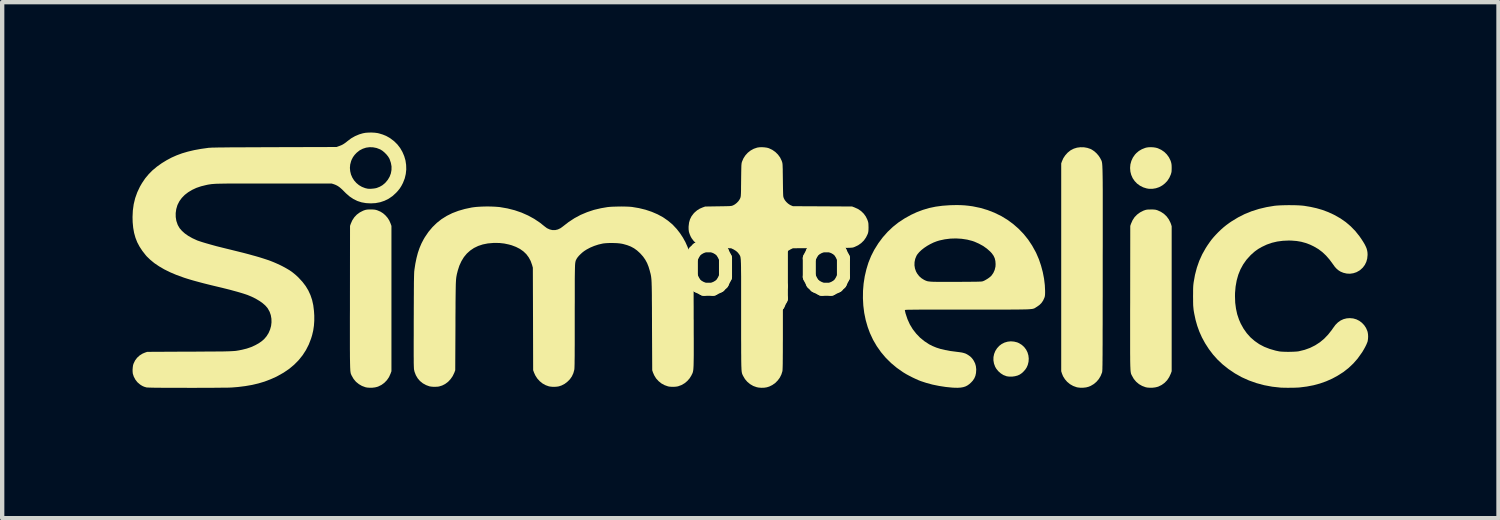
<source format=kicad_pcb>
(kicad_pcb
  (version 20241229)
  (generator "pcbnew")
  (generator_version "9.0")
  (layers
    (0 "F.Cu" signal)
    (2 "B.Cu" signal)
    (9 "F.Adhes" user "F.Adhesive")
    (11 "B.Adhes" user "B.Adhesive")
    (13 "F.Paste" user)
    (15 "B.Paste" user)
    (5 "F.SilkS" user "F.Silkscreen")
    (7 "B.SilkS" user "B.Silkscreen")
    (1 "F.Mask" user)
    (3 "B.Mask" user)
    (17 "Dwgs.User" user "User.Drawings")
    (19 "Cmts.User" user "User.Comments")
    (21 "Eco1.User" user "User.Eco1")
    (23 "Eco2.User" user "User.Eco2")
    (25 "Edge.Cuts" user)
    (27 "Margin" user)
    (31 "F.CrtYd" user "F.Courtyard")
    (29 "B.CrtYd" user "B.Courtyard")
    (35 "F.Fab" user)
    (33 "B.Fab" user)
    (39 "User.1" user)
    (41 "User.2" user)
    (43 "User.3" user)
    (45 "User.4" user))
  (footprint "logo"
    (layer "F.Cu")
    (at 14.217 2.928)
    (property "Reference" "logo" (at 0 0 0) (layer "F.SilkS") (effects (font (size 1.5 1.5) (thickness 0.3))))
    (attr board_only exclude_from_pos_files exclude_from_bom)
    (fp_poly (pts (xy 6.069 1.883) (xy 6.142 1.901) (xy 6.185 1.92) (xy 6.249 1.96) (xy 6.303 2.01) (xy 6.347 2.068) (xy 6.379 2.133) (xy 6.399 2.202) (xy 6.407 2.275) (xy 6.402 2.348) (xy 6.384 2.421) (xy 6.359 2.478) (xy 6.33 2.523) (xy 6.291 2.568) (xy 6.247 2.609) (xy 6.202 2.64) (xy 6.201 2.641) (xy 6.15 2.664) (xy 6.089 2.68) (xy 6.024 2.689) (xy 5.959 2.689) (xy 5.9 2.681) (xy 5.892 2.678) (xy 5.825 2.653) (xy 5.763 2.614) (xy 5.707 2.565) (xy 5.661 2.508) (xy 5.634 2.462) (xy 5.607 2.389) (xy 5.594 2.314) (xy 5.595 2.24) (xy 5.61 2.168) (xy 5.637 2.1) (xy 5.677 2.037) (xy 5.728 1.981) (xy 5.782 1.94) (xy 5.848 1.906) (xy 5.92 1.885) (xy 5.994 1.877)) (stroke (width 0) (type solid)) (fill yes) (layer "F.SilkS"))
    (fp_poly (pts (xy 9.277 -2.588) (xy 9.333 -2.579) (xy 9.376 -2.567) (xy 9.456 -2.53) (xy 9.526 -2.482) (xy 9.585 -2.424) (xy 9.634 -2.356) (xy 9.671 -2.28) (xy 9.679 -2.255) (xy 9.687 -2.226) (xy 9.692 -2.198) (xy 9.695 -2.165) (xy 9.696 -2.123) (xy 9.696 -2.111) (xy 9.695 -2.069) (xy 9.694 -2.038) (xy 9.69 -2.011) (xy 9.683 -1.986) (xy 9.675 -1.96) (xy 9.641 -1.884) (xy 9.596 -1.816) (xy 9.541 -1.758) (xy 9.478 -1.709) (xy 9.408 -1.671) (xy 9.334 -1.646) (xy 9.255 -1.633) (xy 9.175 -1.633) (xy 9.121 -1.642) (xy 9.04 -1.667) (xy 8.966 -1.705) (xy 8.9 -1.753) (xy 8.844 -1.812) (xy 8.798 -1.879) (xy 8.765 -1.954) (xy 8.746 -2.028) (xy 8.739 -2.112) (xy 8.746 -2.195) (xy 8.768 -2.275) (xy 8.803 -2.351) (xy 8.851 -2.42) (xy 8.885 -2.457) (xy 8.942 -2.504) (xy 9.01 -2.544) (xy 9.083 -2.573) (xy 9.11 -2.581) (xy 9.159 -2.589) (xy 9.217 -2.591)) (stroke (width 0) (type solid)) (fill yes) (layer "F.SilkS"))
    (fp_poly (pts (xy 9.264 -1.157) (xy 9.297 -1.155) (xy 9.323 -1.152) (xy 9.347 -1.146) (xy 9.367 -1.14) (xy 9.447 -1.104) (xy 9.518 -1.057) (xy 9.579 -0.999) (xy 9.629 -0.931) (xy 9.668 -0.854) (xy 9.679 -0.825) (xy 9.696 -0.772) (xy 9.696 0.897) (xy 9.696 2.565) (xy 9.676 2.62) (xy 9.639 2.7) (xy 9.592 2.771) (xy 9.534 2.831) (xy 9.467 2.88) (xy 9.392 2.917) (xy 9.367 2.925) (xy 9.317 2.937) (xy 9.258 2.944) (xy 9.197 2.945) (xy 9.139 2.941) (xy 9.097 2.933) (xy 9.016 2.903) (xy 8.943 2.861) (xy 8.879 2.807) (xy 8.825 2.743) (xy 8.784 2.671) (xy 8.779 2.661) (xy 8.774 2.652) (xy 8.77 2.643) (xy 8.766 2.635) (xy 8.762 2.625) (xy 8.759 2.614) (xy 8.756 2.601) (xy 8.754 2.586) (xy 8.751 2.567) (xy 8.749 2.544) (xy 8.747 2.517) (xy 8.746 2.485) (xy 8.744 2.448) (xy 8.743 2.404) (xy 8.742 2.353) (xy 8.741 2.295) (xy 8.741 2.229) (xy 8.74 2.154) (xy 8.74 2.07) (xy 8.74 1.976) (xy 8.74 1.872) (xy 8.74 1.756) (xy 8.74 1.629) (xy 8.74 1.489) (xy 8.74 1.336) (xy 8.74 1.17) (xy 8.741 0.99) (xy 8.741 0.87) (xy 8.743 -0.779) (xy 8.76 -0.829) (xy 8.795 -0.908) (xy 8.841 -0.979) (xy 8.9 -1.04) (xy 8.968 -1.09) (xy 9.046 -1.13) (xy 9.066 -1.137) (xy 9.091 -1.146) (xy 9.113 -1.151) (xy 9.137 -1.155) (xy 9.167 -1.156) (xy 9.206 -1.157) (xy 9.22 -1.157)) (stroke (width 0) (type solid)) (fill yes) (layer "F.SilkS"))
    (fp_poly (pts (xy -8.692 -1.157) (xy -8.661 -1.155) (xy -8.635 -1.152) (xy -8.613 -1.147) (xy -8.589 -1.14) (xy -8.581 -1.137) (xy -8.511 -1.107) (xy -8.451 -1.069) (xy -8.396 -1.021) (xy -8.396 -1.02) (xy -8.347 -0.964) (xy -8.309 -0.904) (xy -8.279 -0.835) (xy -8.259 -0.779) (xy -8.259 0.893) (xy -8.259 2.565) (xy -8.279 2.62) (xy -8.315 2.7) (xy -8.363 2.77) (xy -8.421 2.83) (xy -8.487 2.879) (xy -8.562 2.916) (xy -8.588 2.925) (xy -8.638 2.937) (xy -8.697 2.944) (xy -8.758 2.945) (xy -8.816 2.941) (xy -8.857 2.933) (xy -8.938 2.903) (xy -9.01 2.861) (xy -9.075 2.808) (xy -9.129 2.744) (xy -9.172 2.67) (xy -9.172 2.67) (xy -9.177 2.66) (xy -9.181 2.651) (xy -9.185 2.642) (xy -9.189 2.633) (xy -9.193 2.623) (xy -9.196 2.612) (xy -9.199 2.599) (xy -9.201 2.583) (xy -9.204 2.564) (xy -9.206 2.541) (xy -9.207 2.513) (xy -9.209 2.481) (xy -9.21 2.442) (xy -9.211 2.398) (xy -9.212 2.346) (xy -9.213 2.287) (xy -9.214 2.22) (xy -9.214 2.144) (xy -9.215 2.059) (xy -9.215 1.964) (xy -9.215 1.858) (xy -9.215 1.742) (xy -9.215 1.613) (xy -9.215 1.472) (xy -9.215 1.318) (xy -9.214 1.15) (xy -9.214 0.968) (xy -9.214 0.868) (xy -9.212 -0.779) (xy -9.195 -0.829) (xy -9.16 -0.908) (xy -9.113 -0.979) (xy -9.055 -1.04) (xy -8.987 -1.09) (xy -8.909 -1.13) (xy -8.889 -1.137) (xy -8.864 -1.146) (xy -8.841 -1.151) (xy -8.817 -1.155) (xy -8.788 -1.157) (xy -8.748 -1.157) (xy -8.735 -1.157)) (stroke (width 0) (type solid)) (fill yes) (layer "F.SilkS"))
    (fp_poly (pts (xy 7.676 -2.589) (xy 7.755 -2.575) (xy 7.829 -2.55) (xy 7.86 -2.534) (xy 7.916 -2.496) (xy 7.969 -2.448) (xy 8.016 -2.393) (xy 8.053 -2.336) (xy 8.057 -2.327) (xy 8.062 -2.317) (xy 8.067 -2.308) (xy 8.071 -2.3) (xy 8.076 -2.292) (xy 8.079 -2.284) (xy 8.083 -2.276) (xy 8.086 -2.266) (xy 8.089 -2.254) (xy 8.092 -2.239) (xy 8.095 -2.222) (xy 8.097 -2.202) (xy 8.099 -2.178) (xy 8.101 -2.149) (xy 8.102 -2.116) (xy 8.104 -2.077) (xy 8.105 -2.032) (xy 8.106 -1.981) (xy 8.107 -1.924) (xy 8.108 -1.858) (xy 8.109 -1.785) (xy 8.109 -1.704) (xy 8.11 -1.614) (xy 8.11 -1.514) (xy 8.11 -1.405) (xy 8.11 -1.285) (xy 8.11 -1.154) (xy 8.11 -1.012) (xy 8.11 -0.858) (xy 8.11 -0.692) (xy 8.11 -0.512) (xy 8.11 -0.32) (xy 8.109 -0.113) (xy 8.109 0.108) (xy 8.109 0.208) (xy 8.109 0.432) (xy 8.109 0.64) (xy 8.109 0.835) (xy 8.108 1.016) (xy 8.108 1.184) (xy 8.108 1.339) (xy 8.108 1.483) (xy 8.107 1.614) (xy 8.107 1.735) (xy 8.107 1.845) (xy 8.107 1.945) (xy 8.106 2.035) (xy 8.106 2.116) (xy 8.106 2.189) (xy 8.105 2.253) (xy 8.105 2.31) (xy 8.104 2.36) (xy 8.104 2.404) (xy 8.103 2.441) (xy 8.102 2.473) (xy 8.102 2.5) (xy 8.101 2.523) (xy 8.1 2.541) (xy 8.099 2.556) (xy 8.098 2.567) (xy 8.097 2.577) (xy 8.096 2.584) (xy 8.095 2.59) (xy 8.093 2.595) (xy 8.093 2.595) (xy 8.062 2.673) (xy 8.019 2.745) (xy 7.965 2.808) (xy 7.902 2.861) (xy 7.831 2.903) (xy 7.784 2.922) (xy 7.727 2.937) (xy 7.662 2.944) (xy 7.596 2.945) (xy 7.534 2.938) (xy 7.507 2.932) (xy 7.429 2.904) (xy 7.357 2.863) (xy 7.293 2.811) (xy 7.24 2.75) (xy 7.197 2.682) (xy 7.172 2.621) (xy 7.154 2.565) (xy 7.154 0.174) (xy 7.154 -2.217) (xy 7.172 -2.268) (xy 7.203 -2.338) (xy 7.248 -2.405) (xy 7.302 -2.465) (xy 7.364 -2.515) (xy 7.375 -2.522) (xy 7.443 -2.557) (xy 7.518 -2.58) (xy 7.596 -2.59)) (stroke (width 0) (type solid)) (fill yes) (layer "F.SilkS"))
    (fp_poly (pts (xy 12.475 -1.256) (xy 12.551 -1.255) (xy 12.621 -1.252) (xy 12.683 -1.248) (xy 12.733 -1.243) (xy 12.742 -1.242) (xy 12.892 -1.217) (xy 13.031 -1.186) (xy 13.162 -1.148) (xy 13.288 -1.101) (xy 13.41 -1.046) (xy 13.44 -1.031) (xy 13.577 -0.954) (xy 13.702 -0.867) (xy 13.816 -0.77) (xy 13.921 -0.662) (xy 14.017 -0.542) (xy 14.061 -0.479) (xy 14.103 -0.414) (xy 14.137 -0.357) (xy 14.162 -0.307) (xy 14.181 -0.262) (xy 14.193 -0.219) (xy 14.201 -0.176) (xy 14.204 -0.131) (xy 14.204 -0.11) (xy 14.196 -0.028) (xy 14.175 0.048) (xy 14.141 0.118) (xy 14.094 0.181) (xy 14.036 0.234) (xy 14.018 0.247) (xy 13.949 0.286) (xy 13.876 0.31) (xy 13.799 0.321) (xy 13.722 0.317) (xy 13.646 0.299) (xy 13.581 0.272) (xy 13.535 0.243) (xy 13.493 0.208) (xy 13.452 0.164) (xy 13.411 0.107) (xy 13.409 0.104) (xy 13.33 -0.003) (xy 13.248 -0.097) (xy 13.162 -0.178) (xy 13.068 -0.248) (xy 12.967 -0.307) (xy 12.882 -0.348) (xy 12.78 -0.386) (xy 12.678 -0.414) (xy 12.573 -0.432) (xy 12.46 -0.441) (xy 12.395 -0.443) (xy 12.256 -0.437) (xy 12.126 -0.42) (xy 12.003 -0.391) (xy 11.885 -0.35) (xy 11.773 -0.297) (xy 11.687 -0.248) (xy 11.609 -0.192) (xy 11.535 -0.127) (xy 11.505 -0.098) (xy 11.417 -0.000268) (xy 11.342 0.106) (xy 11.279 0.221) (xy 11.229 0.344) (xy 11.192 0.476) (xy 11.167 0.616) (xy 11.154 0.765) (xy 11.153 0.841) (xy 11.158 0.988) (xy 11.176 1.125) (xy 11.204 1.254) (xy 11.245 1.376) (xy 11.285 1.468) (xy 11.35 1.585) (xy 11.425 1.691) (xy 11.51 1.786) (xy 11.606 1.869) (xy 11.711 1.942) (xy 11.827 2.003) (xy 11.953 2.052) (xy 12.088 2.091) (xy 12.174 2.109) (xy 12.211 2.113) (xy 12.26 2.116) (xy 12.317 2.118) (xy 12.378 2.119) (xy 12.44 2.118) (xy 12.5 2.116) (xy 12.555 2.113) (xy 12.6 2.109) (xy 12.624 2.105) (xy 12.758 2.072) (xy 12.882 2.027) (xy 12.998 1.969) (xy 13.106 1.899) (xy 13.205 1.817) (xy 13.297 1.721) (xy 13.382 1.613) (xy 13.41 1.572) (xy 13.464 1.499) (xy 13.522 1.441) (xy 13.584 1.397) (xy 13.652 1.366) (xy 13.724 1.348) (xy 13.796 1.343) (xy 13.873 1.35) (xy 13.946 1.371) (xy 14.014 1.405) (xy 14.074 1.45) (xy 14.126 1.505) (xy 14.168 1.568) (xy 14.199 1.64) (xy 14.206 1.664) (xy 14.214 1.712) (xy 14.217 1.766) (xy 14.214 1.821) (xy 14.207 1.87) (xy 14.206 1.876) (xy 14.193 1.912) (xy 14.174 1.957) (xy 14.148 2.009) (xy 14.118 2.063) (xy 14.085 2.119) (xy 14.065 2.148) (xy 13.975 2.274) (xy 13.875 2.388) (xy 13.765 2.491) (xy 13.645 2.585) (xy 13.513 2.669) (xy 13.389 2.736) (xy 13.251 2.797) (xy 13.11 2.847) (xy 12.963 2.887) (xy 12.807 2.917) (xy 12.641 2.938) (xy 12.628 2.939) (xy 12.593 2.941) (xy 12.547 2.943) (xy 12.492 2.945) (xy 12.433 2.945) (xy 12.373 2.946) (xy 12.315 2.945) (xy 12.263 2.944) (xy 12.221 2.943) (xy 12.204 2.942) (xy 12.011 2.921) (xy 11.824 2.886) (xy 11.646 2.838) (xy 11.474 2.777) (xy 11.309 2.703) (xy 11.152 2.615) (xy 11.002 2.514) (xy 10.868 2.407) (xy 10.755 2.301) (xy 10.649 2.183) (xy 10.552 2.055) (xy 10.465 1.92) (xy 10.392 1.786) (xy 10.333 1.654) (xy 10.285 1.521) (xy 10.246 1.384) (xy 10.215 1.238) (xy 10.205 1.182) (xy 10.2 1.148) (xy 10.197 1.117) (xy 10.194 1.085) (xy 10.191 1.051) (xy 10.19 1.011) (xy 10.189 0.963) (xy 10.189 0.905) (xy 10.188 0.844) (xy 10.189 0.769) (xy 10.189 0.707) (xy 10.19 0.655) (xy 10.192 0.612) (xy 10.195 0.574) (xy 10.199 0.54) (xy 10.202 0.518) (xy 10.233 0.345) (xy 10.276 0.181) (xy 10.331 0.024) (xy 10.399 -0.126) (xy 10.48 -0.27) (xy 10.522 -0.335) (xy 10.57 -0.404) (xy 10.615 -0.465) (xy 10.662 -0.521) (xy 10.713 -0.577) (xy 10.766 -0.632) (xy 10.829 -0.693) (xy 10.89 -0.747) (xy 10.952 -0.797) (xy 11.02 -0.847) (xy 11.079 -0.887) (xy 11.226 -0.976) (xy 11.378 -1.053) (xy 11.537 -1.117) (xy 11.704 -1.17) (xy 11.881 -1.212) (xy 12.061 -1.242) (xy 12.11 -1.247) (xy 12.171 -1.251) (xy 12.241 -1.254) (xy 12.317 -1.256) (xy 12.396 -1.257)) (stroke (width 0) (type solid)) (fill yes) (layer "F.SilkS"))
    (fp_poly (pts (xy 4.847 -1.257) (xy 4.935 -1.252) (xy 5.022 -1.243) (xy 5.11 -1.231) (xy 5.122 -1.229) (xy 5.295 -1.193) (xy 5.46 -1.144) (xy 5.619 -1.082) (xy 5.77 -1.008) (xy 5.913 -0.922) (xy 6.047 -0.824) (xy 6.172 -0.715) (xy 6.287 -0.596) (xy 6.392 -0.466) (xy 6.485 -0.326) (xy 6.568 -0.176) (xy 6.582 -0.147) (xy 6.641 -0.01) (xy 6.69 0.135) (xy 6.73 0.285) (xy 6.759 0.435) (xy 6.777 0.583) (xy 6.783 0.711) (xy 6.783 0.759) (xy 6.782 0.794) (xy 6.78 0.82) (xy 6.777 0.841) (xy 6.772 0.859) (xy 6.766 0.877) (xy 6.737 0.94) (xy 6.699 0.995) (xy 6.651 1.042) (xy 6.59 1.085) (xy 6.585 1.087) (xy 6.574 1.094) (xy 6.564 1.101) (xy 6.555 1.107) (xy 6.547 1.112) (xy 6.537 1.117) (xy 6.527 1.121) (xy 6.514 1.125) (xy 6.499 1.129) (xy 6.481 1.132) (xy 6.459 1.134) (xy 6.433 1.137) (xy 6.402 1.139) (xy 6.364 1.141) (xy 6.321 1.142) (xy 6.27 1.143) (xy 6.212 1.144) (xy 6.145 1.145) (xy 6.069 1.145) (xy 5.984 1.146) (xy 5.888 1.146) (xy 5.781 1.146) (xy 5.663 1.146) (xy 5.532 1.146) (xy 5.389 1.146) (xy 5.232 1.146) (xy 5.06 1.146) (xy 4.996 1.146) (xy 4.822 1.146) (xy 4.663 1.146) (xy 4.518 1.146) (xy 4.386 1.146) (xy 4.267 1.147) (xy 4.159 1.147) (xy 4.063 1.147) (xy 3.978 1.147) (xy 3.903 1.147) (xy 3.837 1.148) (xy 3.78 1.148) (xy 3.731 1.149) (xy 3.69 1.149) (xy 3.656 1.15) (xy 3.628 1.15) (xy 3.606 1.151) (xy 3.589 1.152) (xy 3.576 1.153) (xy 3.567 1.154) (xy 3.561 1.156) (xy 3.558 1.157) (xy 3.556 1.158) (xy 3.556 1.16) (xy 3.558 1.172) (xy 3.563 1.196) (xy 3.57 1.226) (xy 3.574 1.241) (xy 3.616 1.367) (xy 3.67 1.486) (xy 3.737 1.597) (xy 3.816 1.699) (xy 3.905 1.792) (xy 4.006 1.874) (xy 4.112 1.944) (xy 4.193 1.985) (xy 4.28 2.021) (xy 4.377 2.052) (xy 4.483 2.077) (xy 4.601 2.099) (xy 4.732 2.116) (xy 4.755 2.119) (xy 4.819 2.127) (xy 4.871 2.135) (xy 4.914 2.146) (xy 4.951 2.158) (xy 4.985 2.175) (xy 5.016 2.194) (xy 5.06 2.225) (xy 5.094 2.258) (xy 5.124 2.296) (xy 5.141 2.323) (xy 5.172 2.384) (xy 5.19 2.447) (xy 5.198 2.516) (xy 5.198 2.534) (xy 5.193 2.607) (xy 5.179 2.671) (xy 5.155 2.728) (xy 5.119 2.782) (xy 5.081 2.823) (xy 5.038 2.862) (xy 4.994 2.893) (xy 4.948 2.916) (xy 4.896 2.932) (xy 4.836 2.942) (xy 4.768 2.946) (xy 4.688 2.944) (xy 4.649 2.942) (xy 4.497 2.927) (xy 4.342 2.903) (xy 4.19 2.872) (xy 4.044 2.832) (xy 3.922 2.792) (xy 3.864 2.769) (xy 3.798 2.739) (xy 3.728 2.706) (xy 3.658 2.67) (xy 3.591 2.634) (xy 3.533 2.599) (xy 3.515 2.588) (xy 3.371 2.487) (xy 3.238 2.376) (xy 3.116 2.255) (xy 3.007 2.126) (xy 2.909 1.987) (xy 2.824 1.841) (xy 2.752 1.686) (xy 2.701 1.548) (xy 2.655 1.388) (xy 2.621 1.223) (xy 2.6 1.055) (xy 2.591 0.885) (xy 2.593 0.715) (xy 2.607 0.546) (xy 2.633 0.38) (xy 2.671 0.218) (xy 2.698 0.129) (xy 3.777 0.129) (xy 3.789 0.202) (xy 3.814 0.272) (xy 3.841 0.32) (xy 3.885 0.377) (xy 3.939 0.425) (xy 3.998 0.462) (xy 3.999 0.462) (xy 4.016 0.471) (xy 4.032 0.478) (xy 4.047 0.484) (xy 4.064 0.49) (xy 4.082 0.495) (xy 4.103 0.498) (xy 4.129 0.501) (xy 4.159 0.504) (xy 4.196 0.506) (xy 4.24 0.507) (xy 4.293 0.508) (xy 4.355 0.508) (xy 4.428 0.509) (xy 4.513 0.509) (xy 4.611 0.508) (xy 4.722 0.508) (xy 4.733 0.508) (xy 4.841 0.508) (xy 4.936 0.507) (xy 5.018 0.507) (xy 5.088 0.506) (xy 5.146 0.506) (xy 5.195 0.505) (xy 5.235 0.504) (xy 5.267 0.503) (xy 5.293 0.502) (xy 5.312 0.501) (xy 5.328 0.499) (xy 5.339 0.497) (xy 5.348 0.495) (xy 5.352 0.494) (xy 5.387 0.479) (xy 5.426 0.457) (xy 5.467 0.432) (xy 5.504 0.405) (xy 5.534 0.38) (xy 5.547 0.367) (xy 5.592 0.303) (xy 5.623 0.234) (xy 5.641 0.158) (xy 5.644 0.099) (xy 5.639 0.028) (xy 5.624 -0.035) (xy 5.597 -0.093) (xy 5.557 -0.149) (xy 5.52 -0.189) (xy 5.443 -0.257) (xy 5.355 -0.319) (xy 5.258 -0.372) (xy 5.156 -0.417) (xy 5.107 -0.434) (xy 4.989 -0.464) (xy 4.863 -0.483) (xy 4.734 -0.491) (xy 4.604 -0.487) (xy 4.476 -0.471) (xy 4.354 -0.445) (xy 4.294 -0.427) (xy 4.216 -0.397) (xy 4.14 -0.36) (xy 4.066 -0.318) (xy 3.998 -0.272) (xy 3.937 -0.224) (xy 3.885 -0.174) (xy 3.844 -0.125) (xy 3.823 -0.091) (xy 3.794 -0.02) (xy 3.779 0.054) (xy 3.777 0.129) (xy 2.698 0.129) (xy 2.719 0.062) (xy 2.779 -0.086) (xy 2.85 -0.226) (xy 2.853 -0.231) (xy 2.946 -0.38) (xy 3.048 -0.517) (xy 3.159 -0.642) (xy 3.279 -0.756) (xy 3.41 -0.86) (xy 3.552 -0.953) (xy 3.696 -1.033) (xy 3.834 -1.097) (xy 3.973 -1.149) (xy 4.115 -1.191) (xy 4.263 -1.222) (xy 4.419 -1.243) (xy 4.584 -1.255) (xy 4.646 -1.257) (xy 4.752 -1.259)) (stroke (width 0) (type solid)) (fill yes) (layer "F.SilkS"))
    (fp_poly (pts (xy 0.327 -2.587) (xy 0.384 -2.579) (xy 0.426 -2.567) (xy 0.505 -2.53) (xy 0.575 -2.481) (xy 0.635 -2.422) (xy 0.685 -2.354) (xy 0.722 -2.277) (xy 0.728 -2.259) (xy 0.732 -2.247) (xy 0.735 -2.235) (xy 0.738 -2.222) (xy 0.74 -2.205) (xy 0.742 -2.185) (xy 0.743 -2.159) (xy 0.744 -2.125) (xy 0.746 -2.083) (xy 0.746 -2.031) (xy 0.747 -1.968) (xy 0.748 -1.891) (xy 0.749 -1.835) (xy 0.75 -1.75) (xy 0.751 -1.679) (xy 0.752 -1.62) (xy 0.753 -1.572) (xy 0.754 -1.534) (xy 0.755 -1.504) (xy 0.756 -1.48) (xy 0.758 -1.462) (xy 0.76 -1.448) (xy 0.763 -1.437) (xy 0.767 -1.427) (xy 0.771 -1.416) (xy 0.771 -1.415) (xy 0.794 -1.372) (xy 0.828 -1.33) (xy 0.869 -1.292) (xy 0.912 -1.263) (xy 0.934 -1.252) (xy 0.98 -1.233) (xy 1.661 -1.23) (xy 2.342 -1.226) (xy 2.397 -1.205) (xy 2.477 -1.169) (xy 2.548 -1.121) (xy 2.608 -1.063) (xy 2.657 -0.996) (xy 2.694 -0.92) (xy 2.703 -0.893) (xy 2.711 -0.867) (xy 2.716 -0.841) (xy 2.718 -0.812) (xy 2.719 -0.775) (xy 2.72 -0.741) (xy 2.719 -0.699) (xy 2.717 -0.667) (xy 2.714 -0.642) (xy 2.709 -0.62) (xy 2.702 -0.597) (xy 2.7 -0.592) (xy 2.662 -0.514) (xy 2.613 -0.444) (xy 2.552 -0.384) (xy 2.481 -0.334) (xy 2.401 -0.296) (xy 2.376 -0.287) (xy 2.368 -0.284) (xy 2.359 -0.282) (xy 2.347 -0.28) (xy 2.332 -0.279) (xy 2.313 -0.277) (xy 2.289 -0.276) (xy 2.258 -0.275) (xy 2.221 -0.274) (xy 2.175 -0.273) (xy 2.12 -0.272) (xy 2.055 -0.272) (xy 1.979 -0.271) (xy 1.891 -0.27) (xy 1.79 -0.27) (xy 1.675 -0.269) (xy 1.657 -0.269) (xy 0.98 -0.265) (xy 0.929 -0.241) (xy 0.876 -0.21) (xy 0.83 -0.171) (xy 0.795 -0.128) (xy 0.791 -0.121) (xy 0.786 -0.112) (xy 0.781 -0.104) (xy 0.777 -0.096) (xy 0.773 -0.088) (xy 0.769 -0.078) (xy 0.766 -0.066) (xy 0.763 -0.052) (xy 0.76 -0.034) (xy 0.758 -0.012) (xy 0.756 0.015) (xy 0.755 0.047) (xy 0.753 0.085) (xy 0.752 0.13) (xy 0.751 0.183) (xy 0.751 0.244) (xy 0.75 0.314) (xy 0.75 0.394) (xy 0.749 0.484) (xy 0.749 0.585) (xy 0.749 0.698) (xy 0.749 0.823) (xy 0.749 0.961) (xy 0.749 1.113) (xy 0.749 1.256) (xy 0.749 1.42) (xy 0.749 1.571) (xy 0.749 1.707) (xy 0.749 1.83) (xy 0.748 1.941) (xy 0.748 2.04) (xy 0.748 2.128) (xy 0.747 2.206) (xy 0.747 2.274) (xy 0.746 2.333) (xy 0.746 2.383) (xy 0.745 2.426) (xy 0.744 2.462) (xy 0.743 2.491) (xy 0.742 2.515) (xy 0.741 2.534) (xy 0.74 2.548) (xy 0.739 2.559) (xy 0.738 2.565) (xy 0.714 2.641) (xy 0.678 2.713) (xy 0.63 2.778) (xy 0.573 2.835) (xy 0.507 2.882) (xy 0.436 2.917) (xy 0.378 2.935) (xy 0.32 2.944) (xy 0.256 2.946) (xy 0.192 2.941) (xy 0.146 2.932) (xy 0.067 2.904) (xy -0.005 2.862) (xy -0.069 2.809) (xy -0.123 2.746) (xy -0.166 2.673) (xy -0.168 2.67) (xy -0.173 2.659) (xy -0.178 2.648) (xy -0.183 2.638) (xy -0.187 2.627) (xy -0.191 2.616) (xy -0.194 2.602) (xy -0.197 2.586) (xy -0.2 2.567) (xy -0.202 2.543) (xy -0.204 2.516) (xy -0.205 2.482) (xy -0.207 2.443) (xy -0.208 2.397) (xy -0.209 2.343) (xy -0.21 2.282) (xy -0.21 2.211) (xy -0.211 2.131) (xy -0.211 2.041) (xy -0.211 1.939) (xy -0.212 1.826) (xy -0.212 1.701) (xy -0.212 1.562) (xy -0.212 1.41) (xy -0.212 1.259) (xy -0.212 1.095) (xy -0.212 0.944) (xy -0.212 0.807) (xy -0.212 0.684) (xy -0.212 0.572) (xy -0.212 0.473) (xy -0.212 0.384) (xy -0.213 0.306) (xy -0.214 0.237) (xy -0.214 0.177) (xy -0.215 0.125) (xy -0.216 0.08) (xy -0.218 0.043) (xy -0.219 0.011) (xy -0.221 -0.015) (xy -0.224 -0.036) (xy -0.226 -0.054) (xy -0.229 -0.068) (xy -0.232 -0.079) (xy -0.236 -0.089) (xy -0.24 -0.097) (xy -0.244 -0.105) (xy -0.249 -0.113) (xy -0.254 -0.121) (xy -0.287 -0.165) (xy -0.331 -0.204) (xy -0.384 -0.237) (xy -0.392 -0.241) (xy -0.443 -0.265) (xy -0.738 -0.269) (xy -0.817 -0.27) (xy -0.882 -0.271) (xy -0.936 -0.273) (xy -0.98 -0.275) (xy -1.016 -0.278) (xy -1.046 -0.281) (xy -1.071 -0.286) (xy -1.092 -0.292) (xy -1.113 -0.3) (xy -1.134 -0.31) (xy -1.157 -0.322) (xy -1.165 -0.326) (xy -1.238 -0.372) (xy -1.3 -0.428) (xy -1.35 -0.494) (xy -1.374 -0.537) (xy -1.397 -0.592) (xy -1.413 -0.642) (xy -1.42 -0.695) (xy -1.421 -0.755) (xy -1.42 -0.772) (xy -1.41 -0.856) (xy -1.388 -0.932) (xy -1.353 -1.002) (xy -1.304 -1.066) (xy -1.282 -1.089) (xy -1.225 -1.138) (xy -1.164 -1.176) (xy -1.096 -1.205) (xy -1.04 -1.225) (xy -0.741 -1.23) (xy -0.666 -1.231) (xy -0.605 -1.232) (xy -0.555 -1.233) (xy -0.515 -1.234) (xy -0.485 -1.235) (xy -0.461 -1.237) (xy -0.443 -1.239) (xy -0.428 -1.241) (xy -0.416 -1.245) (xy -0.405 -1.249) (xy -0.397 -1.252) (xy -0.355 -1.275) (xy -0.312 -1.309) (xy -0.274 -1.349) (xy -0.245 -1.392) (xy -0.234 -1.415) (xy -0.23 -1.425) (xy -0.226 -1.436) (xy -0.224 -1.447) (xy -0.221 -1.46) (xy -0.219 -1.478) (xy -0.218 -1.501) (xy -0.216 -1.53) (xy -0.215 -1.567) (xy -0.214 -1.614) (xy -0.214 -1.671) (xy -0.213 -1.741) (xy -0.212 -1.824) (xy -0.212 -1.835) (xy -0.211 -1.92) (xy -0.21 -1.992) (xy -0.209 -2.051) (xy -0.208 -2.099) (xy -0.207 -2.138) (xy -0.206 -2.169) (xy -0.204 -2.193) (xy -0.202 -2.212) (xy -0.2 -2.227) (xy -0.197 -2.239) (xy -0.193 -2.251) (xy -0.191 -2.259) (xy -0.158 -2.335) (xy -0.113 -2.404) (xy -0.057 -2.465) (xy 0.007 -2.515) (xy 0.078 -2.554) (xy 0.154 -2.58) (xy 0.156 -2.581) (xy 0.208 -2.589) (xy 0.267 -2.591)) (stroke (width 0) (type solid)) (fill yes) (layer "F.SilkS"))
    (fp_poly (pts (xy -5.929 -1.224) (xy -5.855 -1.22) (xy -5.79 -1.215) (xy -5.763 -1.212) (xy -5.59 -1.182) (xy -5.424 -1.14) (xy -5.266 -1.086) (xy -5.115 -1.019) (xy -4.974 -0.942) (xy -4.841 -0.853) (xy -4.74 -0.772) (xy -4.68 -0.727) (xy -4.617 -0.698) (xy -4.554 -0.683) (xy -4.491 -0.683) (xy -4.428 -0.698) (xy -4.366 -0.728) (xy -4.317 -0.764) (xy -4.184 -0.867) (xy -4.047 -0.957) (xy -3.905 -1.033) (xy -3.756 -1.096) (xy -3.6 -1.148) (xy -3.435 -1.187) (xy -3.288 -1.212) (xy -3.239 -1.217) (xy -3.18 -1.221) (xy -3.112 -1.223) (xy -3.04 -1.225) (xy -2.966 -1.226) (xy -2.895 -1.225) (xy -2.828 -1.223) (xy -2.77 -1.22) (xy -2.724 -1.216) (xy -2.564 -1.189) (xy -2.412 -1.152) (xy -2.269 -1.104) (xy -2.134 -1.046) (xy -2.009 -0.978) (xy -1.895 -0.899) (xy -1.791 -0.812) (xy -1.7 -0.715) (xy -1.695 -0.71) (xy -1.618 -0.611) (xy -1.551 -0.509) (xy -1.493 -0.404) (xy -1.443 -0.292) (xy -1.401 -0.172) (xy -1.366 -0.043) (xy -1.337 0.097) (xy -1.322 0.193) (xy -1.32 0.208) (xy -1.318 0.224) (xy -1.316 0.239) (xy -1.314 0.256) (xy -1.313 0.275) (xy -1.312 0.297) (xy -1.311 0.323) (xy -1.31 0.353) (xy -1.309 0.388) (xy -1.308 0.43) (xy -1.307 0.479) (xy -1.307 0.535) (xy -1.306 0.6) (xy -1.306 0.674) (xy -1.305 0.758) (xy -1.305 0.854) (xy -1.305 0.961) (xy -1.304 1.08) (xy -1.304 1.213) (xy -1.304 1.36) (xy -1.303 1.393) (xy -1.303 1.547) (xy -1.303 1.687) (xy -1.302 1.814) (xy -1.302 1.927) (xy -1.302 2.029) (xy -1.302 2.119) (xy -1.302 2.198) (xy -1.303 2.268) (xy -1.304 2.329) (xy -1.305 2.382) (xy -1.306 2.427) (xy -1.308 2.465) (xy -1.31 2.498) (xy -1.312 2.525) (xy -1.315 2.548) (xy -1.319 2.567) (xy -1.322 2.584) (xy -1.327 2.598) (xy -1.332 2.611) (xy -1.337 2.624) (xy -1.344 2.636) (xy -1.351 2.65) (xy -1.355 2.66) (xy -1.397 2.728) (xy -1.451 2.79) (xy -1.514 2.842) (xy -1.585 2.883) (xy -1.661 2.911) (xy -1.668 2.913) (xy -1.711 2.92) (xy -1.763 2.924) (xy -1.816 2.923) (xy -1.866 2.919) (xy -1.896 2.913) (xy -1.975 2.885) (xy -2.048 2.845) (xy -2.113 2.792) (xy -2.169 2.73) (xy -2.213 2.658) (xy -2.242 2.591) (xy -2.258 2.542) (xy -2.263 1.517) (xy -2.263 1.368) (xy -2.264 1.233) (xy -2.264 1.112) (xy -2.265 1.003) (xy -2.266 0.906) (xy -2.266 0.82) (xy -2.267 0.744) (xy -2.268 0.678) (xy -2.269 0.619) (xy -2.271 0.569) (xy -2.272 0.525) (xy -2.274 0.487) (xy -2.276 0.454) (xy -2.279 0.425) (xy -2.282 0.399) (xy -2.285 0.376) (xy -2.289 0.355) (xy -2.293 0.335) (xy -2.298 0.314) (xy -2.304 0.293) (xy -2.31 0.27) (xy -2.313 0.257) (xy -2.342 0.16) (xy -2.376 0.075) (xy -2.418 -0.002) (xy -2.467 -0.072) (xy -2.527 -0.14) (xy -2.542 -0.155) (xy -2.608 -0.215) (xy -2.676 -0.264) (xy -2.75 -0.304) (xy -2.832 -0.336) (xy -2.924 -0.362) (xy -2.951 -0.368) (xy -3.001 -0.376) (xy -3.061 -0.382) (xy -3.129 -0.385) (xy -3.2 -0.386) (xy -3.269 -0.385) (xy -3.333 -0.381) (xy -3.388 -0.375) (xy -3.403 -0.372) (xy -3.497 -0.35) (xy -3.592 -0.319) (xy -3.683 -0.281) (xy -3.766 -0.237) (xy -3.821 -0.202) (xy -3.864 -0.169) (xy -3.906 -0.131) (xy -3.944 -0.093) (xy -3.975 -0.056) (xy -3.997 -0.023) (xy -3.999 -0.019) (xy -4.004 -0.009) (xy -4.009 0.001) (xy -4.014 0.01) (xy -4.018 0.02) (xy -4.021 0.031) (xy -4.024 0.043) (xy -4.027 0.059) (xy -4.03 0.078) (xy -4.032 0.1) (xy -4.034 0.128) (xy -4.035 0.162) (xy -4.036 0.201) (xy -4.037 0.248) (xy -4.038 0.302) (xy -4.039 0.365) (xy -4.04 0.437) (xy -4.04 0.519) (xy -4.04 0.612) (xy -4.04 0.716) (xy -4.04 0.832) (xy -4.04 0.961) (xy -4.041 1.104) (xy -4.041 1.261) (xy -4.041 1.286) (xy -4.041 1.447) (xy -4.041 1.594) (xy -4.041 1.727) (xy -4.041 1.847) (xy -4.041 1.954) (xy -4.042 2.05) (xy -4.042 2.134) (xy -4.042 2.209) (xy -4.043 2.273) (xy -4.044 2.329) (xy -4.044 2.377) (xy -4.045 2.417) (xy -4.046 2.45) (xy -4.047 2.477) (xy -4.048 2.499) (xy -4.049 2.515) (xy -4.051 2.528) (xy -4.052 2.535) (xy -4.073 2.611) (xy -4.107 2.684) (xy -4.153 2.75) (xy -4.21 2.807) (xy -4.274 2.856) (xy -4.346 2.893) (xy -4.407 2.913) (xy -4.436 2.918) (xy -4.474 2.922) (xy -4.512 2.924) (xy -4.521 2.924) (xy -4.559 2.923) (xy -4.597 2.919) (xy -4.629 2.914) (xy -4.635 2.913) (xy -4.711 2.886) (xy -4.783 2.846) (xy -4.847 2.794) (xy -4.903 2.732) (xy -4.948 2.662) (xy -4.977 2.598) (xy -4.998 2.542) (xy -5.001 1.362) (xy -5.005 0.182) (xy -5.022 0.121) (xy -5.055 0.028) (xy -5.1 -0.055) (xy -5.155 -0.129) (xy -5.222 -0.193) (xy -5.301 -0.249) (xy -5.393 -0.296) (xy -5.496 -0.335) (xy -5.559 -0.352) (xy -5.663 -0.374) (xy -5.769 -0.386) (xy -5.881 -0.388) (xy -5.917 -0.387) (xy -6.042 -0.376) (xy -6.157 -0.353) (xy -6.263 -0.318) (xy -6.36 -0.271) (xy -6.446 -0.213) (xy -6.524 -0.143) (xy -6.591 -0.062) (xy -6.648 0.031) (xy -6.696 0.135) (xy -6.733 0.25) (xy -6.737 0.266) (xy -6.743 0.291) (xy -6.749 0.313) (xy -6.754 0.334) (xy -6.758 0.355) (xy -6.762 0.376) (xy -6.766 0.399) (xy -6.769 0.424) (xy -6.772 0.452) (xy -6.774 0.484) (xy -6.776 0.521) (xy -6.778 0.563) (xy -6.779 0.612) (xy -6.78 0.668) (xy -6.781 0.732) (xy -6.782 0.805) (xy -6.783 0.888) (xy -6.784 0.981) (xy -6.784 1.087) (xy -6.785 1.204) (xy -6.786 1.335) (xy -6.786 1.479) (xy -6.786 1.525) (xy -6.791 2.542) (xy -6.812 2.599) (xy -6.85 2.678) (xy -6.898 2.747) (xy -6.954 2.807) (xy -7.019 2.856) (xy -7.09 2.893) (xy -7.164 2.916) (xy -7.202 2.921) (xy -7.248 2.923) (xy -7.297 2.923) (xy -7.343 2.919) (xy -7.381 2.913) (xy -7.385 2.912) (xy -7.465 2.883) (xy -7.538 2.842) (xy -7.602 2.79) (xy -7.655 2.728) (xy -7.697 2.657) (xy -7.727 2.579) (xy -7.736 2.541) (xy -7.738 2.532) (xy -7.74 2.52) (xy -7.741 2.507) (xy -7.742 2.489) (xy -7.743 2.468) (xy -7.744 2.441) (xy -7.745 2.409) (xy -7.746 2.371) (xy -7.746 2.325) (xy -7.746 2.272) (xy -7.747 2.209) (xy -7.747 2.137) (xy -7.747 2.055) (xy -7.747 1.962) (xy -7.747 1.857) (xy -7.746 1.74) (xy -7.746 1.609) (xy -7.746 1.464) (xy -7.746 1.403) (xy -7.745 1.251) (xy -7.745 1.113) (xy -7.744 0.988) (xy -7.744 0.876) (xy -7.743 0.777) (xy -7.743 0.688) (xy -7.742 0.61) (xy -7.742 0.542) (xy -7.741 0.483) (xy -7.74 0.432) (xy -7.739 0.389) (xy -7.738 0.352) (xy -7.737 0.321) (xy -7.736 0.295) (xy -7.735 0.273) (xy -7.733 0.255) (xy -7.731 0.24) (xy -7.731 0.235) (xy -7.709 0.091) (xy -7.682 -0.04) (xy -7.651 -0.159) (xy -7.613 -0.27) (xy -7.569 -0.374) (xy -7.518 -0.472) (xy -7.488 -0.523) (xy -7.406 -0.643) (xy -7.315 -0.751) (xy -7.216 -0.848) (xy -7.107 -0.934) (xy -6.988 -1.009) (xy -6.859 -1.073) (xy -6.72 -1.126) (xy -6.571 -1.169) (xy -6.41 -1.203) (xy -6.375 -1.208) (xy -6.318 -1.215) (xy -6.249 -1.22) (xy -6.173 -1.224) (xy -6.092 -1.226) (xy -6.009 -1.226)) (stroke (width 0) (type solid)) (fill yes) (layer "F.SilkS"))
    (fp_poly (pts (xy -8.641 -2.924) (xy -8.575 -2.915) (xy -8.542 -2.907) (xy -8.457 -2.881) (xy -8.381 -2.85) (xy -8.309 -2.81) (xy -8.284 -2.794) (xy -8.198 -2.729) (xy -8.122 -2.654) (xy -8.058 -2.571) (xy -8.006 -2.481) (xy -7.965 -2.385) (xy -7.936 -2.286) (xy -7.921 -2.183) (xy -7.918 -2.079) (xy -7.929 -1.975) (xy -7.953 -1.873) (xy -7.992 -1.773) (xy -7.993 -1.77) (xy -8.03 -1.699) (xy -8.069 -1.638) (xy -8.116 -1.58) (xy -8.151 -1.542) (xy -8.234 -1.466) (xy -8.323 -1.405) (xy -8.418 -1.358) (xy -8.519 -1.324) (xy -8.626 -1.304) (xy -8.735 -1.298) (xy -8.845 -1.304) (xy -8.947 -1.322) (xy -9.043 -1.353) (xy -9.134 -1.398) (xy -9.221 -1.456) (xy -9.305 -1.529) (xy -9.343 -1.567) (xy -9.397 -1.621) (xy -9.445 -1.663) (xy -9.491 -1.696) (xy -9.536 -1.72) (xy -9.579 -1.737) (xy -9.636 -1.755) (xy -10.971 -1.755) (xy -11.14 -1.755) (xy -11.295 -1.755) (xy -11.435 -1.755) (xy -11.563 -1.755) (xy -11.679 -1.755) (xy -11.783 -1.755) (xy -11.877 -1.755) (xy -11.96 -1.754) (xy -12.034 -1.754) (xy -12.099 -1.753) (xy -12.157 -1.752) (xy -12.208 -1.751) (xy -12.252 -1.75) (xy -12.29 -1.749) (xy -12.323 -1.747) (xy -12.353 -1.745) (xy -12.378 -1.743) (xy -12.401 -1.741) (xy -12.422 -1.738) (xy -12.442 -1.735) (xy -12.461 -1.732) (xy -12.48 -1.729) (xy -12.5 -1.725) (xy -12.522 -1.72) (xy -12.522 -1.72) (xy -12.64 -1.691) (xy -12.749 -1.654) (xy -12.849 -1.607) (xy -12.938 -1.553) (xy -13.017 -1.492) (xy -13.084 -1.423) (xy -13.138 -1.349) (xy -13.179 -1.269) (xy -13.185 -1.255) (xy -13.211 -1.166) (xy -13.224 -1.074) (xy -13.223 -0.983) (xy -13.209 -0.895) (xy -13.18 -0.81) (xy -13.171 -0.791) (xy -13.133 -0.726) (xy -13.079 -0.664) (xy -13.013 -0.605) (xy -12.933 -0.549) (xy -12.841 -0.497) (xy -12.737 -0.449) (xy -12.728 -0.445) (xy -12.691 -0.432) (xy -12.643 -0.416) (xy -12.583 -0.397) (xy -12.515 -0.377) (xy -12.441 -0.356) (xy -12.363 -0.334) (xy -12.283 -0.312) (xy -12.202 -0.292) (xy -12.155 -0.28) (xy -12.046 -0.253) (xy -11.951 -0.23) (xy -11.867 -0.209) (xy -11.794 -0.191) (xy -11.73 -0.175) (xy -11.673 -0.161) (xy -11.623 -0.148) (xy -11.578 -0.136) (xy -11.536 -0.125) (xy -11.497 -0.114) (xy -11.458 -0.103) (xy -11.418 -0.092) (xy -11.402 -0.088) (xy -11.295 -0.057) (xy -11.2 -0.027) (xy -11.115 0.001) (xy -11.037 0.029) (xy -10.964 0.058) (xy -10.893 0.089) (xy -10.821 0.122) (xy -10.767 0.149) (xy -10.679 0.197) (xy -10.601 0.243) (xy -10.532 0.292) (xy -10.466 0.346) (xy -10.401 0.406) (xy -10.392 0.416) (xy -10.306 0.509) (xy -10.232 0.606) (xy -10.172 0.706) (xy -10.123 0.812) (xy -10.085 0.924) (xy -10.058 1.045) (xy -10.042 1.175) (xy -10.035 1.282) (xy -10.035 1.405) (xy -10.043 1.519) (xy -10.059 1.627) (xy -10.084 1.734) (xy -10.108 1.812) (xy -10.161 1.95) (xy -10.227 2.079) (xy -10.305 2.199) (xy -10.395 2.311) (xy -10.498 2.415) (xy -10.613 2.511) (xy -10.741 2.598) (xy -10.882 2.677) (xy -10.914 2.694) (xy -11.045 2.752) (xy -11.179 2.803) (xy -11.319 2.845) (xy -11.467 2.88) (xy -11.624 2.907) (xy -11.792 2.928) (xy -11.931 2.939) (xy -11.956 2.94) (xy -11.996 2.942) (xy -12.05 2.943) (xy -12.116 2.943) (xy -12.195 2.944) (xy -12.285 2.945) (xy -12.385 2.946) (xy -12.495 2.946) (xy -12.614 2.946) (xy -12.742 2.947) (xy -12.877 2.947) (xy -12.956 2.947) (xy -13.096 2.946) (xy -13.222 2.946) (xy -13.334 2.946) (xy -13.433 2.946) (xy -13.521 2.946) (xy -13.597 2.945) (xy -13.662 2.945) (xy -13.718 2.944) (xy -13.765 2.943) (xy -13.804 2.942) (xy -13.835 2.941) (xy -13.86 2.94) (xy -13.879 2.939) (xy -13.893 2.938) (xy -13.902 2.936) (xy -13.905 2.935) (xy -13.949 2.922) (xy -13.986 2.906) (xy -14.024 2.884) (xy -14.048 2.867) (xy -14.105 2.818) (xy -14.152 2.758) (xy -14.188 2.69) (xy -14.21 2.623) (xy -14.215 2.58) (xy -14.216 2.53) (xy -14.212 2.477) (xy -14.205 2.427) (xy -14.194 2.391) (xy -14.159 2.318) (xy -14.112 2.255) (xy -14.054 2.202) (xy -13.987 2.16) (xy -13.93 2.136) (xy -13.88 2.119) (xy -12.908 2.114) (xy -12.763 2.114) (xy -12.633 2.113) (xy -12.516 2.112) (xy -12.411 2.112) (xy -12.318 2.111) (xy -12.236 2.11) (xy -12.164 2.11) (xy -12.1 2.109) (xy -12.044 2.107) (xy -11.996 2.106) (xy -11.954 2.104) (xy -11.917 2.102) (xy -11.885 2.1) (xy -11.856 2.098) (xy -11.83 2.095) (xy -11.806 2.091) (xy -11.782 2.087) (xy -11.759 2.083) (xy -11.735 2.078) (xy -11.709 2.073) (xy -11.691 2.069) (xy -11.587 2.043) (xy -11.488 2.009) (xy -11.395 1.967) (xy -11.31 1.92) (xy -11.237 1.868) (xy -11.189 1.826) (xy -11.132 1.759) (xy -11.086 1.685) (xy -11.052 1.606) (xy -11.029 1.524) (xy -11.019 1.44) (xy -11.021 1.357) (xy -11.035 1.275) (xy -11.062 1.197) (xy -11.102 1.125) (xy -11.114 1.107) (xy -11.162 1.052) (xy -11.224 0.998) (xy -11.298 0.946) (xy -11.382 0.896) (xy -11.475 0.85) (xy -11.571 0.81) (xy -11.615 0.795) (xy -11.67 0.777) (xy -11.736 0.757) (xy -11.808 0.736) (xy -11.886 0.715) (xy -11.965 0.693) (xy -12.044 0.673) (xy -12.121 0.654) (xy -12.148 0.647) (xy -12.278 0.616) (xy -12.395 0.588) (xy -12.5 0.562) (xy -12.595 0.538) (xy -12.681 0.515) (xy -12.759 0.494) (xy -12.831 0.474) (xy -12.899 0.454) (xy -12.964 0.434) (xy -13.027 0.414) (xy -13.063 0.401) (xy -13.214 0.346) (xy -13.355 0.286) (xy -13.486 0.221) (xy -13.606 0.151) (xy -13.714 0.078) (xy -13.808 0.001) (xy -13.89 -0.078) (xy -13.914 -0.106) (xy -13.991 -0.204) (xy -14.056 -0.303) (xy -14.109 -0.403) (xy -14.15 -0.508) (xy -14.181 -0.619) (xy -14.202 -0.737) (xy -14.214 -0.864) (xy -14.217 -0.983) (xy -14.21 -1.134) (xy -14.19 -1.279) (xy -14.156 -1.419) (xy -14.108 -1.553) (xy -14.046 -1.684) (xy -13.997 -1.768) (xy -13.926 -1.873) (xy -13.846 -1.969) (xy -13.757 -2.059) (xy -13.69 -2.114) (xy -9.215 -2.114) (xy -9.208 -2.037) (xy -9.19 -1.962) (xy -9.159 -1.891) (xy -9.118 -1.826) (xy -9.067 -1.768) (xy -9.007 -1.718) (xy -8.939 -1.678) (xy -8.864 -1.649) (xy -8.803 -1.635) (xy -8.769 -1.633) (xy -8.726 -1.634) (xy -8.679 -1.638) (xy -8.635 -1.644) (xy -8.599 -1.652) (xy -8.594 -1.654) (xy -8.527 -1.681) (xy -8.469 -1.714) (xy -8.415 -1.758) (xy -8.398 -1.774) (xy -8.343 -1.84) (xy -8.301 -1.911) (xy -8.272 -1.988) (xy -8.258 -2.067) (xy -8.257 -2.149) (xy -8.272 -2.231) (xy -8.3 -2.313) (xy -8.309 -2.333) (xy -8.337 -2.378) (xy -8.375 -2.425) (xy -8.42 -2.47) (xy -8.467 -2.509) (xy -8.514 -2.538) (xy -8.52 -2.541) (xy -8.6 -2.572) (xy -8.682 -2.588) (xy -8.763 -2.591) (xy -8.843 -2.58) (xy -8.919 -2.555) (xy -8.991 -2.518) (xy -9.055 -2.467) (xy -9.057 -2.466) (xy -9.106 -2.414) (xy -9.144 -2.362) (xy -9.174 -2.304) (xy -9.187 -2.271) (xy -9.208 -2.193) (xy -9.215 -2.114) (xy -13.69 -2.114) (xy -13.656 -2.143) (xy -13.545 -2.222) (xy -13.434 -2.29) (xy -13.32 -2.351) (xy -13.201 -2.404) (xy -13.076 -2.45) (xy -12.943 -2.489) (xy -12.8 -2.523) (xy -12.646 -2.551) (xy -12.483 -2.574) (xy -12.469 -2.576) (xy -12.453 -2.577) (xy -12.435 -2.578) (xy -12.414 -2.579) (xy -12.388 -2.581) (xy -12.358 -2.582) (xy -12.322 -2.582) (xy -12.281 -2.583) (xy -12.232 -2.584) (xy -12.177 -2.585) (xy -12.113 -2.585) (xy -12.041 -2.586) (xy -11.959 -2.587) (xy -11.868 -2.587) (xy -11.765 -2.588) (xy -11.652 -2.588) (xy -11.526 -2.589) (xy -11.388 -2.589) (xy -11.236 -2.59) (xy -11.07 -2.59) (xy -10.952 -2.591) (xy -9.522 -2.595) (xy -9.462 -2.617) (xy -9.415 -2.635) (xy -9.375 -2.655) (xy -9.335 -2.681) (xy -9.291 -2.714) (xy -9.274 -2.728) (xy -9.188 -2.793) (xy -9.097 -2.845) (xy -9 -2.886) (xy -8.915 -2.911) (xy -8.855 -2.922) (xy -8.786 -2.927) (xy -8.713 -2.928)) (stroke (width 0) (type solid)) (fill yes) (layer "F.SilkS")))
  (gr_rect
    (start -3 -3)
    (end 31.434 8.875)
    (stroke (width 0.1) (type default))
    (fill no)
    (layer "Edge.Cuts")))
</source>
